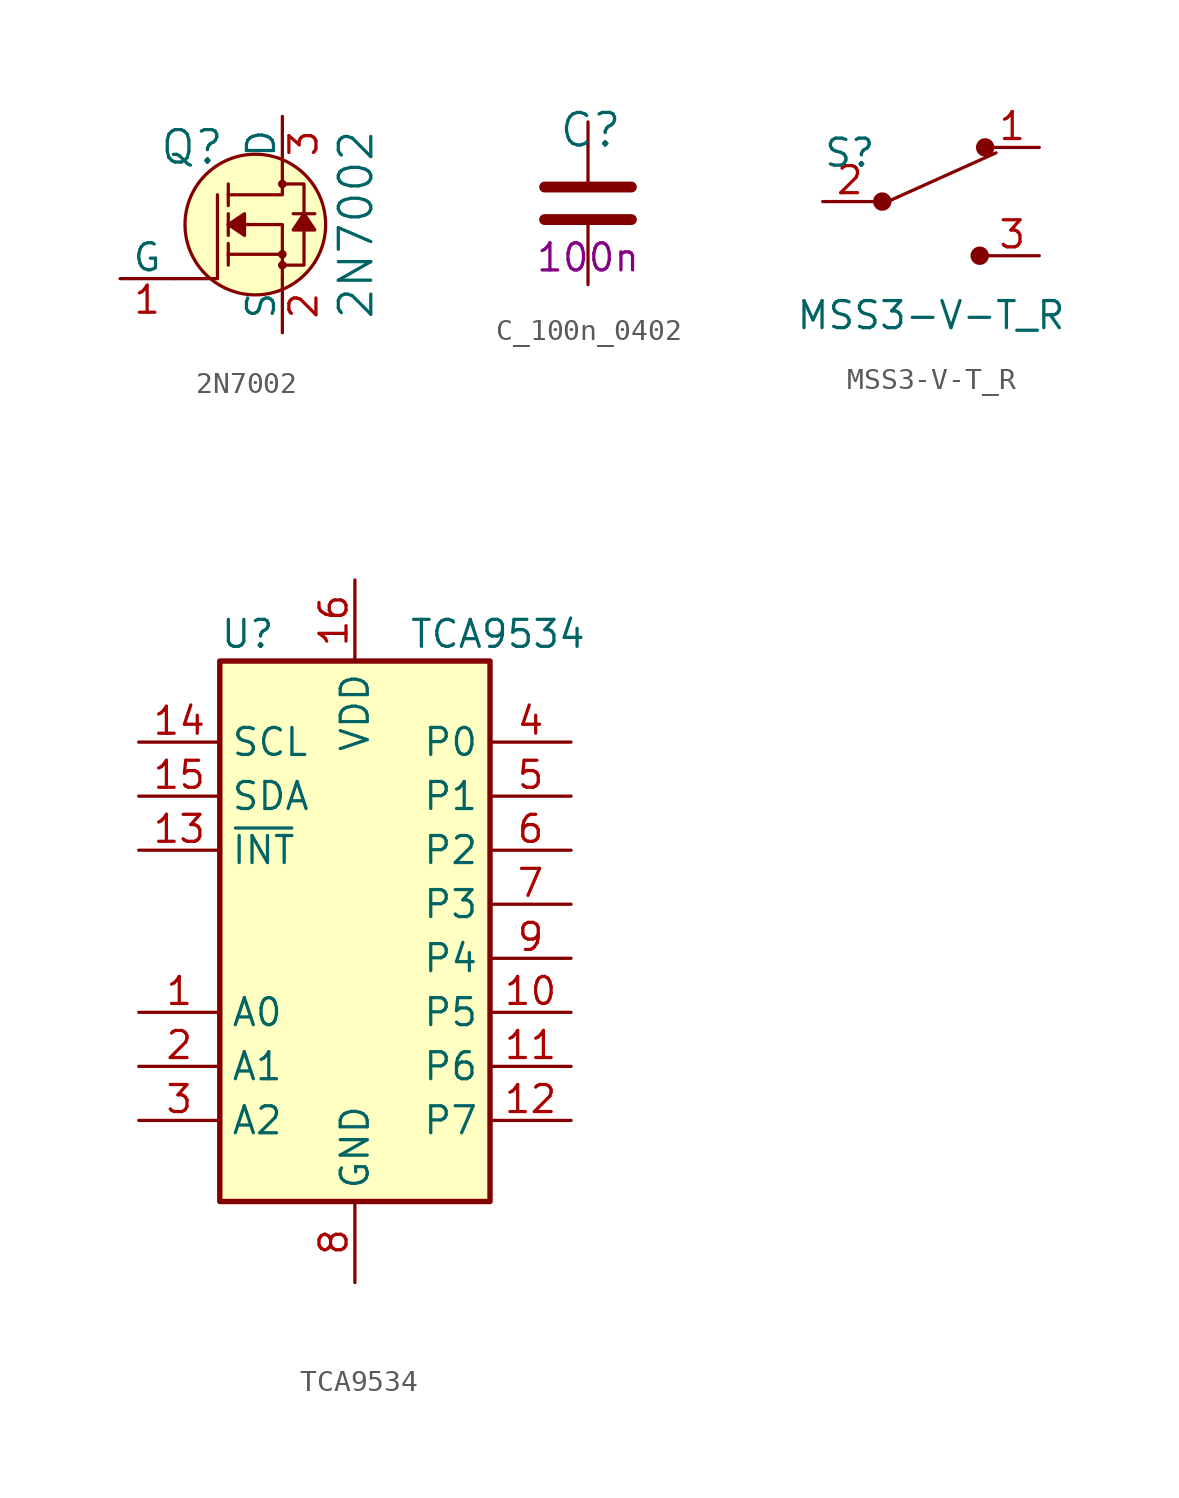
<source format=kicad_sym>
(kicad_symbol_lib
  (version 20211014)
  (generator kicad_symbol_editor)
  (symbol "2N7002"
    (pin_names
      (offset 0))
    (property "Reference" "Q"
      (at -2.692 3.632 0)
      (effects (font (size 1.524 1.524)) (justify right)))
    (property "Value" "2N7002"
      (at 3.454 0 90)
      (effects (font (size 1.524 1.524))))
    (symbol "2N7002_0_1"
      (circle (center -1.27 0) (radius 3.302) (stroke (width 0) (type default) (color 0 0 0 0)) (fill (type background)))
      (circle (center 0 -1.905) (radius 0.127) (stroke (width 0) (type default) (color 0 0 0 0)) (fill (type none)))
      (circle (center 0 -1.397) (radius 0.127) (stroke (width 0) (type default) (color 0 0 0 0)) (fill (type none)))
      (polyline (pts (xy 0 -1.397) (xy -2.54 -1.397)) (stroke (width 0) (type default) (color 0 0 0 0)) (fill (type none)))
      (polyline (pts (xy -5.08 -2.54) (xy -3.048 -2.54) (xy -3.048 1.397)) (stroke (width 0) (type default) (color 0 0 0 0)) (fill (type none)))
      (polyline (pts (xy 0 -2.54) (xy 0 0) (xy -2.54 0)) (stroke (width 0) (type default) (color 0 0 0 0)) (fill (type none)))
      (polyline (pts (xy 0 2.54) (xy 0 1.397) (xy -2.54 1.397)) (stroke (width 0) (type default) (color 0 0 0 0)) (fill (type none)))
      (polyline (pts (xy -0.127 -1.905) (xy 1.016 -1.905) (xy 1.016 1.397) (xy 1.016 1.905) (xy -0.127 1.905)) (stroke (width 0) (type default) (color 0 0 0 0)) (fill (type none)))
      (circle (center 0 1.905) (radius 0.127) (stroke (width 0) (type default) (color 0 0 0 0)) (fill (type none))))
    (symbol "2N7002_1_1"
      (polyline (pts (xy -2.54 -1.397) (xy -2.54 -1.905)) (stroke (width 0) (type default) (color 0 0 0 0)) (fill (type none)))
      (polyline (pts (xy -2.54 -1.397) (xy -2.54 -0.889)) (stroke (width 0) (type default) (color 0 0 0 0)) (fill (type none)))
      (polyline (pts (xy -2.54 0) (xy -2.54 -0.508)) (stroke (width 0) (type default) (color 0 0 0 0)) (fill (type none)))
      (polyline (pts (xy -2.54 0) (xy -2.54 0.508)) (stroke (width 0) (type default) (color 0 0 0 0)) (fill (type none)))
      (polyline (pts (xy -2.54 1.905) (xy -2.54 0.889)) (stroke (width 0) (type default) (color 0 0 0 0)) (fill (type none)))
      (polyline (pts (xy 1.524 0.508) (xy 0.508 0.508)) (stroke (width 0) (type default) (color 0 0 0 0)) (fill (type none)))
      (polyline (pts (xy -2.54 0) (xy -1.778 0.508) (xy -1.778 -0.508) (xy -2.54 0)) (stroke (width 0) (type default) (color 0 0 0 0)) (fill (type outline)))
      (polyline (pts (xy 1.016 0.508) (xy 0.508 -0.254) (xy 1.524 -0.254) (xy 1.016 0.508)) (stroke (width 0) (type default) (color 0 0 0 0)) (fill (type outline)))
      (pin bidirectional line (at -7.62 -2.54 0) (length 2.54) (name "G" (effects (font (size 1.27 1.27)))) (number "1" (effects (font (size 1.27 1.27)))))
      (pin bidirectional line (at 0 -5.08 90) (length 2.54) (name "S" (effects (font (size 1.27 1.27)))) (number "2" (effects (font (size 1.27 1.27)))))
      (pin bidirectional line (at 0 5.08 270) (length 2.54) (name "D" (effects (font (size 1.27 1.27)))) (number "3" (effects (font (size 1.27 1.27)))))))
  (symbol "C_100n_0402"
    (pin_names
      (offset 0))
    (property "Reference" "C"
      (at -1.397 3.429 0)
      (effects (font (size 1.524 1.524)) (justify left)))
    (property "Val" "100n"
      (at 0 -2.54 0)
      (effects (font (size 1.27 1.27))))
    (symbol "C_100n_0402_1_1"
      (polyline (pts (xy -2.032 -0.762) (xy 2.032 -0.762)) (stroke (width 0.508) (type default) (color 0 0 0 0)) (fill (type none)))
      (polyline (pts (xy -2.032 0.762) (xy 2.032 0.762)) (stroke (width 0.508) (type default) (color 0 0 0 0)) (fill (type none)))
      (pin passive line (at 0 3.81 270) (length 2.794) (name "~" (effects (font (size 0 0)))) (number "1" (effects (font (size 0 0)))))
      (pin passive line (at 0 -3.81 90) (length 2.794) (name "~" (effects (font (size 0 0)))) (number "2" (effects (font (size 0 0)))))))
  (symbol "MSS3-V-T_R"
    (pin_names
      (offset 0))
    (property "Reference" "S"
      (at -3.81 2.286 0)
      (effects (font (size 1.27 1.27))))
    (property "Value" "MSS3-V-T_R"
      (at 0 -5.334 0)
      (effects (font (size 1.27 1.27))))
    (symbol "MSS3-V-T_R_0_1"
      (circle (center -2.286 0) (radius 0.356) (stroke (width 0) (type default) (color 0 0 0 0)) (fill (type outline)))
      (polyline (pts (xy -2.032 0) (xy 3.048 2.286)) (stroke (width 0) (type default) (color 0 0 0 0)) (fill (type none)))
      (circle (center 2.286 -2.54) (radius 0.356) (stroke (width 0) (type default) (color 0 0 0 0)) (fill (type outline)))
      (circle (center 2.54 2.54) (radius 0.356) (stroke (width 0) (type default) (color 0 0 0 0)) (fill (type outline))))
    (symbol "MSS3-V-T_R_1_1"
      (pin passive line (at 5.08 2.54 180) (length 2.54) (name "~" (effects (font (size 1.27 1.27)))) (number "1" (effects (font (size 1.27 1.27)))))
      (pin passive line (at -5.08 0 0) (length 2.54) (name "~" (effects (font (size 1.27 1.27)))) (number "2" (effects (font (size 1.27 1.27)))))
      (pin passive line (at 5.08 -2.54 180) (length 2.54) (name "~" (effects (font (size 1.27 1.27)))) (number "3" (effects (font (size 1.27 1.27)))))))
  (symbol "TCA9534"
    (property "Reference" "U"
      (at -6.35 12.7 0)
      (effects (font (size 1.27 1.27)) (justify left)))
    (property "Value" "TCA9534"
      (at 2.54 12.7 0)
      (effects (font (size 1.27 1.27)) (justify left)))
    (symbol "TCA9534_0_1"
      (rectangle (start -6.35 -13.97) (end 6.35 11.43) (stroke (width 0.254) (type default) (color 0 0 0 0)) (fill (type background))))
    (symbol "TCA9534_1_1"
      (pin input line (at -10.16 -5.08 0) (length 3.81) (name "A0" (effects (font (size 1.27 1.27)))) (number "1" (effects (font (size 1.27 1.27)))))
      (pin bidirectional line (at 10.16 -5.08 180) (length 3.81) (name "P5" (effects (font (size 1.27 1.27)))) (number "10" (effects (font (size 1.27 1.27)))))
      (pin bidirectional line (at 10.16 -7.62 180) (length 3.81) (name "P6" (effects (font (size 1.27 1.27)))) (number "11" (effects (font (size 1.27 1.27)))))
      (pin bidirectional line (at 10.16 -10.16 180) (length 3.81) (name "P7" (effects (font (size 1.27 1.27)))) (number "12" (effects (font (size 1.27 1.27)))))
      (pin open_collector line (at -10.16 2.54 0) (length 3.81) (name "~{INT}" (effects (font (size 1.27 1.27)))) (number "13" (effects (font (size 1.27 1.27)))))
      (pin input line (at -10.16 7.62 0) (length 3.81) (name "SCL" (effects (font (size 1.27 1.27)))) (number "14" (effects (font (size 1.27 1.27)))))
      (pin bidirectional line (at -10.16 5.08 0) (length 3.81) (name "SDA" (effects (font (size 1.27 1.27)))) (number "15" (effects (font (size 1.27 1.27)))))
      (pin power_in line (at 0 15.24 270) (length 3.81) (name "VDD" (effects (font (size 1.27 1.27)))) (number "16" (effects (font (size 1.27 1.27)))))
      (pin input line (at -10.16 -7.62 0) (length 3.81) (name "A1" (effects (font (size 1.27 1.27)))) (number "2" (effects (font (size 1.27 1.27)))))
      (pin input line (at -10.16 -10.16 0) (length 3.81) (name "A2" (effects (font (size 1.27 1.27)))) (number "3" (effects (font (size 1.27 1.27)))))
      (pin bidirectional line (at 10.16 7.62 180) (length 3.81) (name "P0" (effects (font (size 1.27 1.27)))) (number "4" (effects (font (size 1.27 1.27)))))
      (pin bidirectional line (at 10.16 5.08 180) (length 3.81) (name "P1" (effects (font (size 1.27 1.27)))) (number "5" (effects (font (size 1.27 1.27)))))
      (pin bidirectional line (at 10.16 2.54 180) (length 3.81) (name "P2" (effects (font (size 1.27 1.27)))) (number "6" (effects (font (size 1.27 1.27)))))
      (pin bidirectional line (at 10.16 0 180) (length 3.81) (name "P3" (effects (font (size 1.27 1.27)))) (number "7" (effects (font (size 1.27 1.27)))))
      (pin power_in line (at 0 -17.78 90) (length 3.81) (name "GND" (effects (font (size 1.27 1.27)))) (number "8" (effects (font (size 1.27 1.27)))))
      (pin bidirectional line (at 10.16 -2.54 180) (length 3.81) (name "P4" (effects (font (size 1.27 1.27)))) (number "9" (effects (font (size 1.27 1.27))))))))
</source>
